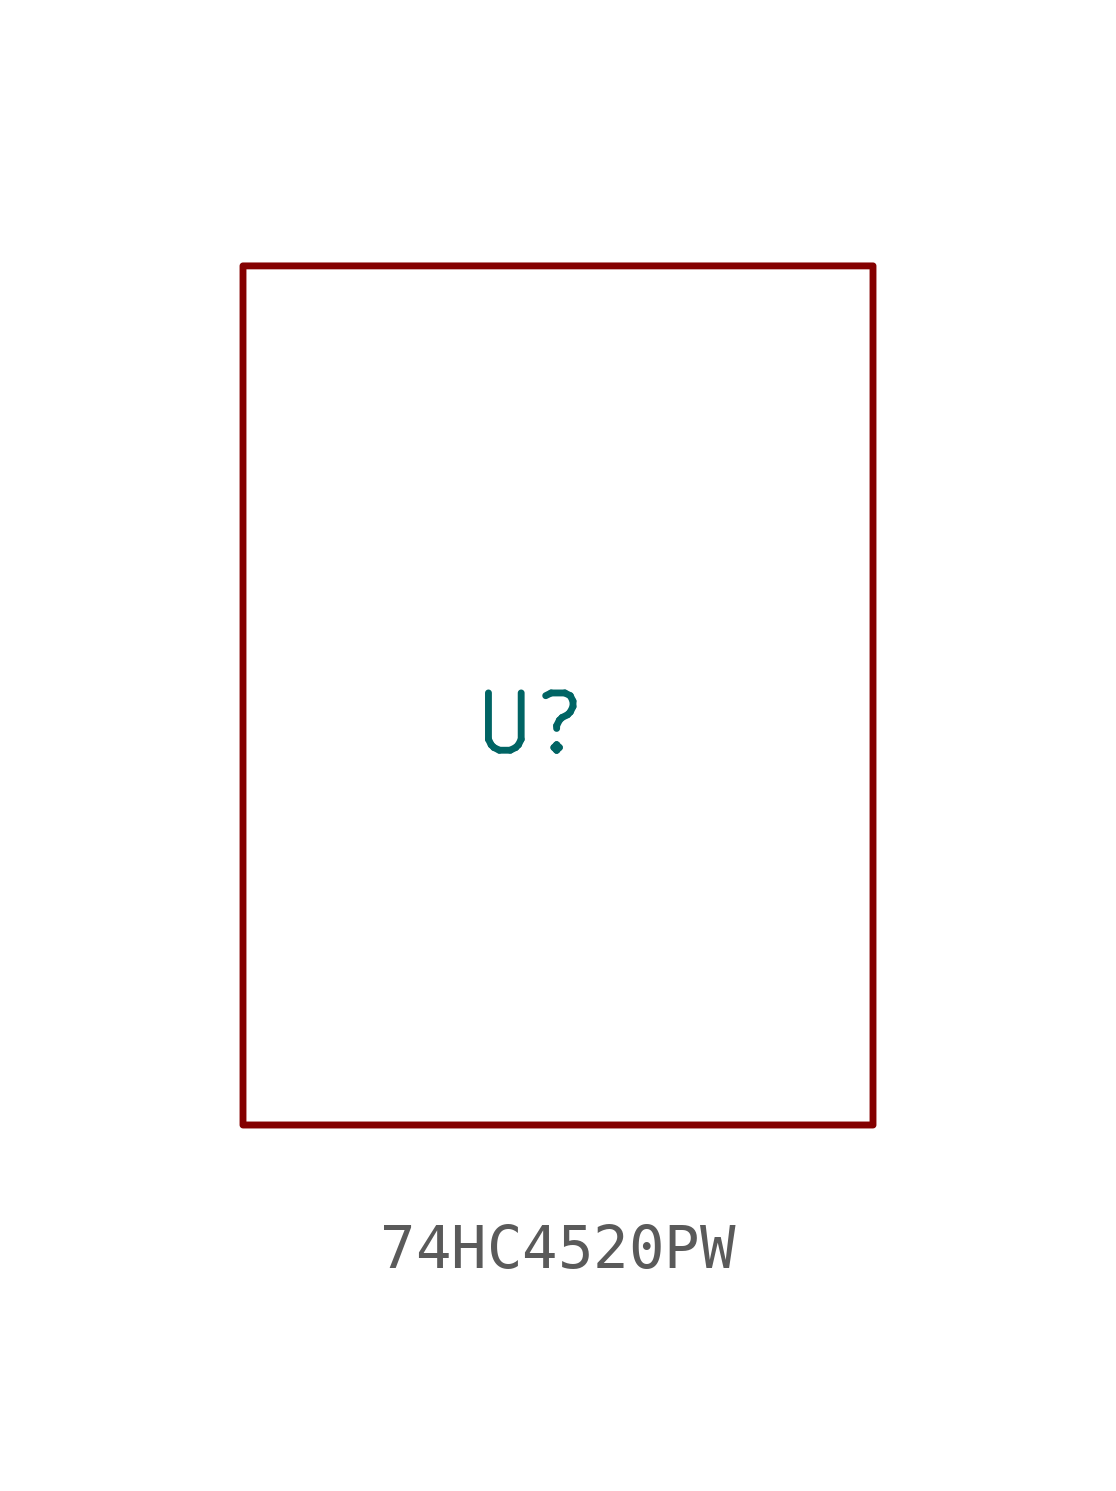
<source format=kicad_sym>
(kicad_symbol_lib
  (version 20220914)
  (generator kicad_symbol_editor)
  (symbol "74HC4520PW"
    (property "Reference" "U"
      (at 0 0 0)
      (effects (font (size 1.27 1.27))))
    (property "Value" ""
      (at 0 0 0)
      (effects (font (size 1.27 1.27))))
    (symbol "74HC4520PW_0_1"
      (rectangle (start -6.35 10.16) (end 7.62 -8.89) (stroke (width 0) (type default)) (fill (type none))))))
</source>
